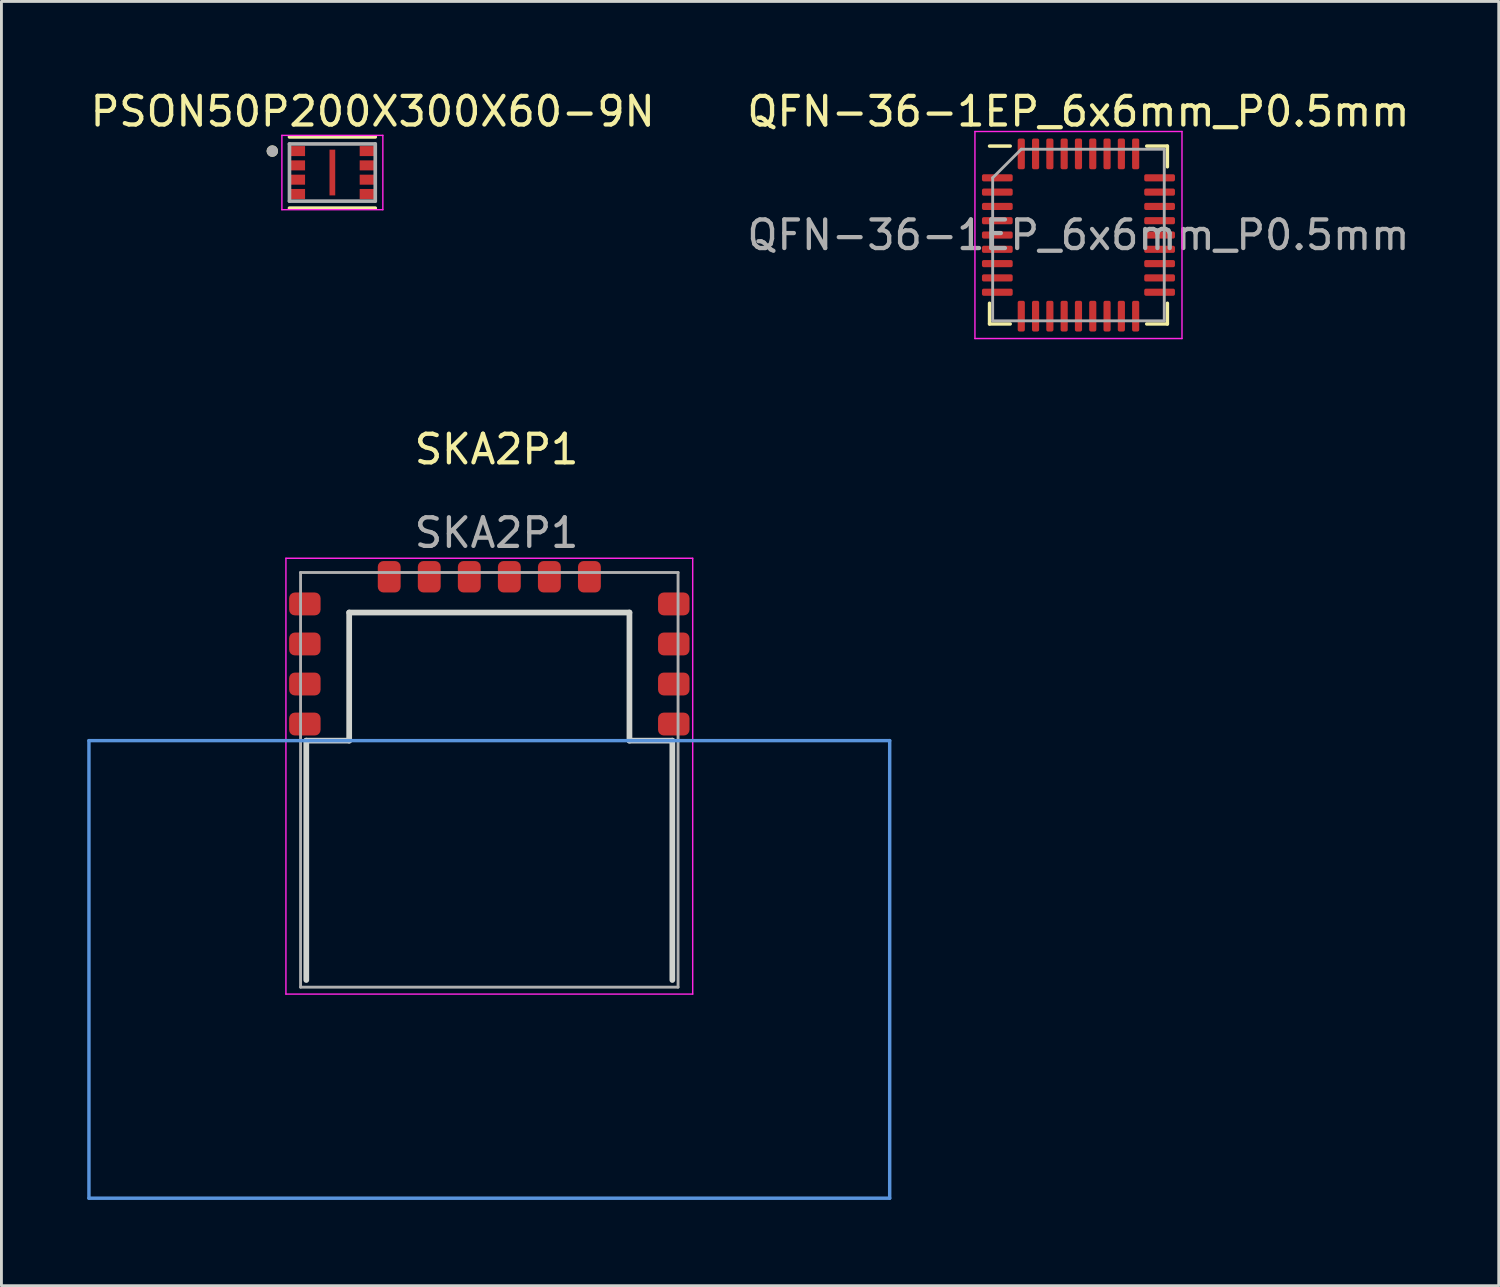
<source format=kicad_pcb>
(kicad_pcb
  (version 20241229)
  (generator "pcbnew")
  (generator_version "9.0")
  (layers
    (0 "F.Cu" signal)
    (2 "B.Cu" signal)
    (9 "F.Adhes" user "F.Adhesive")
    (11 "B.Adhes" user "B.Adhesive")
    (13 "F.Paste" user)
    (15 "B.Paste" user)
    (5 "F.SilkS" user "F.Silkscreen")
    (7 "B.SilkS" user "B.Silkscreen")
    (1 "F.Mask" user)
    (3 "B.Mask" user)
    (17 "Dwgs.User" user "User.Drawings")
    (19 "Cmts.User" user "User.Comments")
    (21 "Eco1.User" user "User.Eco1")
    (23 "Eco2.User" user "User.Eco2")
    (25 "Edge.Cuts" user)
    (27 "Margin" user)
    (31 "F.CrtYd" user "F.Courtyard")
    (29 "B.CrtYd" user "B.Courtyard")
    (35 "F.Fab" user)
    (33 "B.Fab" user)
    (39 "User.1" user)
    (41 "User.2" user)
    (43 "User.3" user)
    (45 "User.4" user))
  (footprint "PSON50P200X300X60-9N"
    (layer "F.Cu")
    (at 8.572 2.983)
    (property "Reference" "PSON50P200X300X60-9N" (at 1.41 -2.135 0) (layer "F.SilkS") (effects (font (size 1 1) (thickness 0.15))))
    (attr through_hole)
    (fp_line (start -1.5 -1.245) (end 1.5 -1.245) (stroke (width 0.127) (type solid)) (layer "F.SilkS"))
    (fp_line (start 1.5 1.245) (end -1.5 1.245) (stroke (width 0.127) (type solid)) (layer "F.SilkS"))
    (fp_circle (center -2.1 -0.75) (end -2 -0.75) (stroke (width 0.2) (type solid)) (fill no) (layer "F.SilkS"))
    (fp_poly (pts (xy -0.045 -0.76) (xy 0.045 -0.76) (xy 0.045 -0.02) (xy -0.045 -0.02)) (stroke (width 0.01) (type solid)) (fill yes) (layer "F.Paste"))
    (fp_poly (pts (xy -0.045 0.02) (xy 0.045 0.02) (xy 0.045 0.76) (xy -0.045 0.76)) (stroke (width 0.01) (type solid)) (fill yes) (layer "F.Paste"))
    (fp_line (start -1.765 -1.3) (end -1.765 1.3) (stroke (width 0.05) (type solid)) (layer "F.CrtYd"))
    (fp_line (start -1.765 1.3) (end 1.765 1.3) (stroke (width 0.05) (type solid)) (layer "F.CrtYd"))
    (fp_line (start 1.765 -1.3) (end -1.765 -1.3) (stroke (width 0.05) (type solid)) (layer "F.CrtYd"))
    (fp_line (start 1.765 1.3) (end 1.765 -1.3) (stroke (width 0.05) (type solid)) (layer "F.CrtYd"))
    (fp_line (start -1.5 -1) (end 1.5 -1) (stroke (width 0.127) (type solid)) (layer "F.Fab"))
    (fp_line (start -1.5 1) (end -1.5 -1) (stroke (width 0.127) (type solid)) (layer "F.Fab"))
    (fp_line (start 1.5 -1) (end 1.5 1) (stroke (width 0.127) (type solid)) (layer "F.Fab"))
    (fp_line (start 1.5 1) (end -1.5 1) (stroke (width 0.127) (type solid)) (layer "F.Fab"))
    (fp_circle (center -2.1 -0.75) (end -2 -0.75) (stroke (width 0.2) (type solid)) (fill no) (layer "F.Fab"))
    (pad "1" smd rect (at -1.235 -0.75) (size 0.56 0.35) (layers "F.Cu" "F.Mask" "F.Paste"))
    (pad "2" smd rect (at -1.235 -0.25) (size 0.56 0.35) (layers "F.Cu" "F.Mask" "F.Paste"))
    (pad "3" smd rect (at -1.235 0.25) (size 0.56 0.35) (layers "F.Cu" "F.Mask" "F.Paste"))
    (pad "4" smd rect (at -1.235 0.75) (size 0.56 0.35) (layers "F.Cu" "F.Mask" "F.Paste"))
    (pad "5" smd rect (at 1.235 0.75) (size 0.56 0.35) (layers "F.Cu" "F.Mask" "F.Paste"))
    (pad "6" smd rect (at 1.235 0.25) (size 0.56 0.35) (layers "F.Cu" "F.Mask" "F.Paste"))
    (pad "7" smd rect (at 1.235 -0.25) (size 0.56 0.35) (layers "F.Cu" "F.Mask" "F.Paste"))
    (pad "8" smd rect (at 1.235 -0.75) (size 0.56 0.35) (layers "F.Cu" "F.Mask" "F.Paste"))
    (pad "9" smd rect (at 0 0) (size 0.2 1.6) (layers "F.Cu" "F.Mask")))
  (footprint "QFN-36-1EP_6x6mm_P0.5mm"
    (layer "F.Cu")
    (at 34.661 5.168)
    (property "Reference" "QFN-36-1EP_6x6mm_P0.5mm" (at 0 -4.32 0) (layer "F.SilkS") (effects (font (size 1 1) (thickness 0.15))))
    (attr smd)
    (fp_line (start -3.11 3.11) (end -3.11 2.385) (stroke (width 0.12) (type solid)) (layer "F.SilkS"))
    (fp_line (start -2.385 -3.11) (end -3.11 -3.11) (stroke (width 0.12) (type solid)) (layer "F.SilkS"))
    (fp_line (start -2.385 3.11) (end -3.11 3.11) (stroke (width 0.12) (type solid)) (layer "F.SilkS"))
    (fp_line (start 2.385 -3.11) (end 3.11 -3.11) (stroke (width 0.12) (type solid)) (layer "F.SilkS"))
    (fp_line (start 2.385 3.11) (end 3.11 3.11) (stroke (width 0.12) (type solid)) (layer "F.SilkS"))
    (fp_line (start 3.11 -3.11) (end 3.11 -2.385) (stroke (width 0.12) (type solid)) (layer "F.SilkS"))
    (fp_line (start 3.11 3.11) (end 3.11 2.385) (stroke (width 0.12) (type solid)) (layer "F.SilkS"))
    (fp_line (start -3.62 -3.62) (end -3.62 3.62) (stroke (width 0.05) (type solid)) (layer "F.CrtYd"))
    (fp_line (start -3.62 3.62) (end 3.62 3.62) (stroke (width 0.05) (type solid)) (layer "F.CrtYd"))
    (fp_line (start 3.62 -3.62) (end -3.62 -3.62) (stroke (width 0.05) (type solid)) (layer "F.CrtYd"))
    (fp_line (start 3.62 3.62) (end 3.62 -3.62) (stroke (width 0.05) (type solid)) (layer "F.CrtYd"))
    (fp_line (start -3 -2) (end -2 -3) (stroke (width 0.1) (type solid)) (layer "F.Fab"))
    (fp_line (start -3 3) (end -3 -2) (stroke (width 0.1) (type solid)) (layer "F.Fab"))
    (fp_line (start -2 -3) (end 3 -3) (stroke (width 0.1) (type solid)) (layer "F.Fab"))
    (fp_line (start 3 -3) (end 3 3) (stroke (width 0.1) (type solid)) (layer "F.Fab"))
    (fp_line (start 3 3) (end -3 3) (stroke (width 0.1) (type solid)) (layer "F.Fab"))
    (fp_text user "${REFERENCE}" (at 0 0 0) (layer "F.Fab") (effects (font (size 1 1) (thickness 0.15))))
    (pad "1" smd roundrect (at -2.837 -2) (size 1.075 0.25) (layers "F.Cu" "F.Mask" "F.Paste") (roundrect_rratio 0.25))
    (pad "2" smd roundrect (at -2.837 -1.5) (size 1.075 0.25) (layers "F.Cu" "F.Mask" "F.Paste") (roundrect_rratio 0.25))
    (pad "3" smd roundrect (at -2.837 -1) (size 1.075 0.25) (layers "F.Cu" "F.Mask" "F.Paste") (roundrect_rratio 0.25))
    (pad "4" smd roundrect (at -2.837 -0.5) (size 1.075 0.25) (layers "F.Cu" "F.Mask" "F.Paste") (roundrect_rratio 0.25))
    (pad "5" smd roundrect (at -2.837 0) (size 1.075 0.25) (layers "F.Cu" "F.Mask" "F.Paste") (roundrect_rratio 0.25))
    (pad "6" smd roundrect (at -2.837 0.5) (size 1.075 0.25) (layers "F.Cu" "F.Mask" "F.Paste") (roundrect_rratio 0.25))
    (pad "7" smd roundrect (at -2.837 1) (size 1.075 0.25) (layers "F.Cu" "F.Mask" "F.Paste") (roundrect_rratio 0.25))
    (pad "8" smd roundrect (at -2.837 1.5) (size 1.075 0.25) (layers "F.Cu" "F.Mask" "F.Paste") (roundrect_rratio 0.25))
    (pad "9" smd roundrect (at -2.837 2) (size 1.075 0.25) (layers "F.Cu" "F.Mask" "F.Paste") (roundrect_rratio 0.25))
    (pad "10" smd roundrect (at -2 2.837) (size 0.25 1.075) (layers "F.Cu" "F.Mask" "F.Paste") (roundrect_rratio 0.25))
    (pad "11" smd roundrect (at -1.5 2.837) (size 0.25 1.075) (layers "F.Cu" "F.Mask" "F.Paste") (roundrect_rratio 0.25))
    (pad "12" smd roundrect (at -1 2.837) (size 0.25 1.075) (layers "F.Cu" "F.Mask" "F.Paste") (roundrect_rratio 0.25))
    (pad "13" smd roundrect (at -0.5 2.837) (size 0.25 1.075) (layers "F.Cu" "F.Mask" "F.Paste") (roundrect_rratio 0.25))
    (pad "14" smd roundrect (at 0 2.837) (size 0.25 1.075) (layers "F.Cu" "F.Mask" "F.Paste") (roundrect_rratio 0.25))
    (pad "15" smd roundrect (at 0.5 2.837) (size 0.25 1.075) (layers "F.Cu" "F.Mask" "F.Paste") (roundrect_rratio 0.25))
    (pad "16" smd roundrect (at 1 2.837) (size 0.25 1.075) (layers "F.Cu" "F.Mask" "F.Paste") (roundrect_rratio 0.25))
    (pad "17" smd roundrect (at 1.5 2.837) (size 0.25 1.075) (layers "F.Cu" "F.Mask" "F.Paste") (roundrect_rratio 0.25))
    (pad "18" smd roundrect (at 2 2.837) (size 0.25 1.075) (layers "F.Cu" "F.Mask" "F.Paste") (roundrect_rratio 0.25))
    (pad "19" smd roundrect (at 2.837 2) (size 1.075 0.25) (layers "F.Cu" "F.Mask" "F.Paste") (roundrect_rratio 0.25))
    (pad "20" smd roundrect (at 2.837 1.5) (size 1.075 0.25) (layers "F.Cu" "F.Mask" "F.Paste") (roundrect_rratio 0.25))
    (pad "21" smd roundrect (at 2.837 1) (size 1.075 0.25) (layers "F.Cu" "F.Mask" "F.Paste") (roundrect_rratio 0.25))
    (pad "22" smd roundrect (at 2.837 0.5) (size 1.075 0.25) (layers "F.Cu" "F.Mask" "F.Paste") (roundrect_rratio 0.25))
    (pad "23" smd roundrect (at 2.837 0) (size 1.075 0.25) (layers "F.Cu" "F.Mask" "F.Paste") (roundrect_rratio 0.25))
    (pad "24" smd roundrect (at 2.837 -0.5) (size 1.075 0.25) (layers "F.Cu" "F.Mask" "F.Paste") (roundrect_rratio 0.25))
    (pad "25" smd roundrect (at 2.837 -1) (size 1.075 0.25) (layers "F.Cu" "F.Mask" "F.Paste") (roundrect_rratio 0.25))
    (pad "26" smd roundrect (at 2.837 -1.5) (size 1.075 0.25) (layers "F.Cu" "F.Mask" "F.Paste") (roundrect_rratio 0.25))
    (pad "27" smd roundrect (at 2.837 -2) (size 1.075 0.25) (layers "F.Cu" "F.Mask" "F.Paste") (roundrect_rratio 0.25))
    (pad "28" smd roundrect (at 2 -2.837) (size 0.25 1.075) (layers "F.Cu" "F.Mask" "F.Paste") (roundrect_rratio 0.25))
    (pad "29" smd roundrect (at 1.5 -2.837) (size 0.25 1.075) (layers "F.Cu" "F.Mask" "F.Paste") (roundrect_rratio 0.25))
    (pad "30" smd roundrect (at 1 -2.837) (size 0.25 1.075) (layers "F.Cu" "F.Mask" "F.Paste") (roundrect_rratio 0.25))
    (pad "31" smd roundrect (at 0.5 -2.837) (size 0.25 1.075) (layers "F.Cu" "F.Mask" "F.Paste") (roundrect_rratio 0.25))
    (pad "32" smd roundrect (at 0 -2.837) (size 0.25 1.075) (layers "F.Cu" "F.Mask" "F.Paste") (roundrect_rratio 0.25))
    (pad "33" smd roundrect (at -0.5 -2.837) (size 0.25 1.075) (layers "F.Cu" "F.Mask" "F.Paste") (roundrect_rratio 0.25))
    (pad "34" smd roundrect (at -1 -2.837) (size 0.25 1.075) (layers "F.Cu" "F.Mask" "F.Paste") (roundrect_rratio 0.25))
    (pad "35" smd roundrect (at -1.5 -2.837) (size 0.25 1.075) (layers "F.Cu" "F.Mask" "F.Paste") (roundrect_rratio 0.25))
    (pad "36" smd roundrect (at -2 -2.837) (size 0.25 1.075) (layers "F.Cu" "F.Mask" "F.Paste") (roundrect_rratio 0.25)))
  (footprint "SKA2P1"
    (layer "F.Cu")
    (at 14.06 24.218)
    (property "Reference" "SKA2P1" (at 0.254 -11.557 0) (unlocked yes) (layer "F.SilkS") (effects (font (size 1 1) (thickness 0.15))))
    (attr smd)
    (fp_line (start -14 -1.37) (end 14 -1.37) (stroke (width 0.12) (type solid)) (layer "Cmts.User"))
    (fp_line (start -14 14.63) (end -14 -1.37) (stroke (width 0.12) (type solid)) (layer "Cmts.User"))
    (fp_line (start 14 -1.37) (end 14 14.63) (stroke (width 0.12) (type solid)) (layer "Cmts.User"))
    (fp_line (start 14 14.63) (end -14 14.63) (stroke (width 0.12) (type solid)) (layer "Cmts.User"))
    (fp_line (start -6.4 -1.37) (end -6.4 7) (stroke (width 0.2) (type solid)) (layer "Edge.Cuts"))
    (fp_line (start -4.9 -5.85) (end -4.9 -1.37) (stroke (width 0.2) (type solid)) (layer "Edge.Cuts"))
    (fp_line (start -4.9 -5.85) (end 4.9 -5.85) (stroke (width 0.2) (type solid)) (layer "Edge.Cuts"))
    (fp_line (start -4.9 -1.37) (end -6.4 -1.37) (stroke (width 0.2) (type solid)) (layer "Edge.Cuts"))
    (fp_line (start 4.9 -5.85) (end 4.9 -1.37) (stroke (width 0.2) (type solid)) (layer "Edge.Cuts"))
    (fp_line (start 4.9 -1.37) (end 6.4 -1.37) (stroke (width 0.2) (type solid)) (layer "Edge.Cuts"))
    (fp_line (start 6.4 -1.37) (end 6.4 7) (stroke (width 0.2) (type solid)) (layer "Edge.Cuts"))
    (fp_line (start -7.112 -7.747) (end -7.112 7.493) (stroke (width 0.05) (type solid)) (layer "F.CrtYd"))
    (fp_line (start -7.112 -7.747) (end 7.112 -7.747) (stroke (width 0.05) (type solid)) (layer "F.CrtYd"))
    (fp_line (start -7.112 7.493) (end 7.112 7.493) (stroke (width 0.05) (type solid)) (layer "F.CrtYd"))
    (fp_line (start 7.112 -7.747) (end 7.112 7.493) (stroke (width 0.05) (type solid)) (layer "F.CrtYd"))
    (fp_line (start -6.6 -7.25) (end -6.6 7.25) (stroke (width 0.1) (type solid)) (layer "F.Fab"))
    (fp_line (start -6.6 -7.25) (end 6.6 -7.25) (stroke (width 0.1) (type solid)) (layer "F.Fab"))
    (fp_line (start -6.6 7.25) (end 6.6 7.25) (stroke (width 0.1) (type solid)) (layer "F.Fab"))
    (fp_line (start 6.6 7.25) (end 6.6 -7.25) (stroke (width 0.1) (type solid)) (layer "F.Fab"))
    (fp_text user "${REFERENCE}" (at 0.254 -8.636 0) (unlocked yes) (layer "F.Fab") (effects (font (size 1 1) (thickness 0.15))))
    (pad "1" smd roundrect (at 6.45 -1.95) (size 1.1 0.8) (layers "F.Cu" "F.Mask" "F.Paste") (roundrect_rratio 0.25))
    (pad "2" smd roundrect (at 6.45 -3.35) (size 1.1 0.8) (layers "F.Cu" "F.Mask" "F.Paste") (roundrect_rratio 0.25))
    (pad "3" smd roundrect (at 6.45 -4.75) (size 1.1 0.8) (layers "F.Cu" "F.Mask" "F.Paste") (roundrect_rratio 0.25))
    (pad "4" smd roundrect (at 6.45 -6.15) (size 1.1 0.8) (layers "F.Cu" "F.Mask" "F.Paste") (roundrect_rratio 0.25))
    (pad "5" smd roundrect (at 3.5 -7.1 90) (size 1.1 0.8) (layers "F.Cu" "F.Mask" "F.Paste") (roundrect_rratio 0.25))
    (pad "6" smd roundrect (at 2.1 -7.1 90) (size 1.1 0.8) (layers "F.Cu" "F.Mask" "F.Paste") (roundrect_rratio 0.25))
    (pad "7" smd roundrect (at 0.7 -7.1 90) (size 1.1 0.8) (layers "F.Cu" "F.Mask" "F.Paste") (roundrect_rratio 0.25))
    (pad "8" smd roundrect (at -0.7 -7.1 90) (size 1.1 0.8) (layers "F.Cu" "F.Mask" "F.Paste") (roundrect_rratio 0.25))
    (pad "9" smd roundrect (at -2.1 -7.1 90) (size 1.1 0.8) (layers "F.Cu" "F.Mask" "F.Paste") (roundrect_rratio 0.25))
    (pad "10" smd roundrect (at -3.5 -7.1 90) (size 1.1 0.8) (layers "F.Cu" "F.Mask" "F.Paste") (roundrect_rratio 0.25))
    (pad "11" smd roundrect (at -6.45 -6.15) (size 1.1 0.8) (layers "F.Cu" "F.Mask" "F.Paste") (roundrect_rratio 0.25))
    (pad "12" smd roundrect (at -6.45 -4.75) (size 1.1 0.8) (layers "F.Cu" "F.Mask" "F.Paste") (roundrect_rratio 0.25))
    (pad "13" smd roundrect (at -6.45 -3.35) (size 1.1 0.8) (layers "F.Cu" "F.Mask" "F.Paste") (roundrect_rratio 0.25))
    (pad "14" smd roundrect (at -6.45 -1.95) (size 1.1 0.8) (layers "F.Cu" "F.Mask" "F.Paste") (roundrect_rratio 0.25)))
  (gr_rect
    (start -3 -3)
    (end 49.357 41.908)
    (stroke (width 0.1) (type default))
    (fill no)
    (layer "Edge.Cuts")))
</source>
